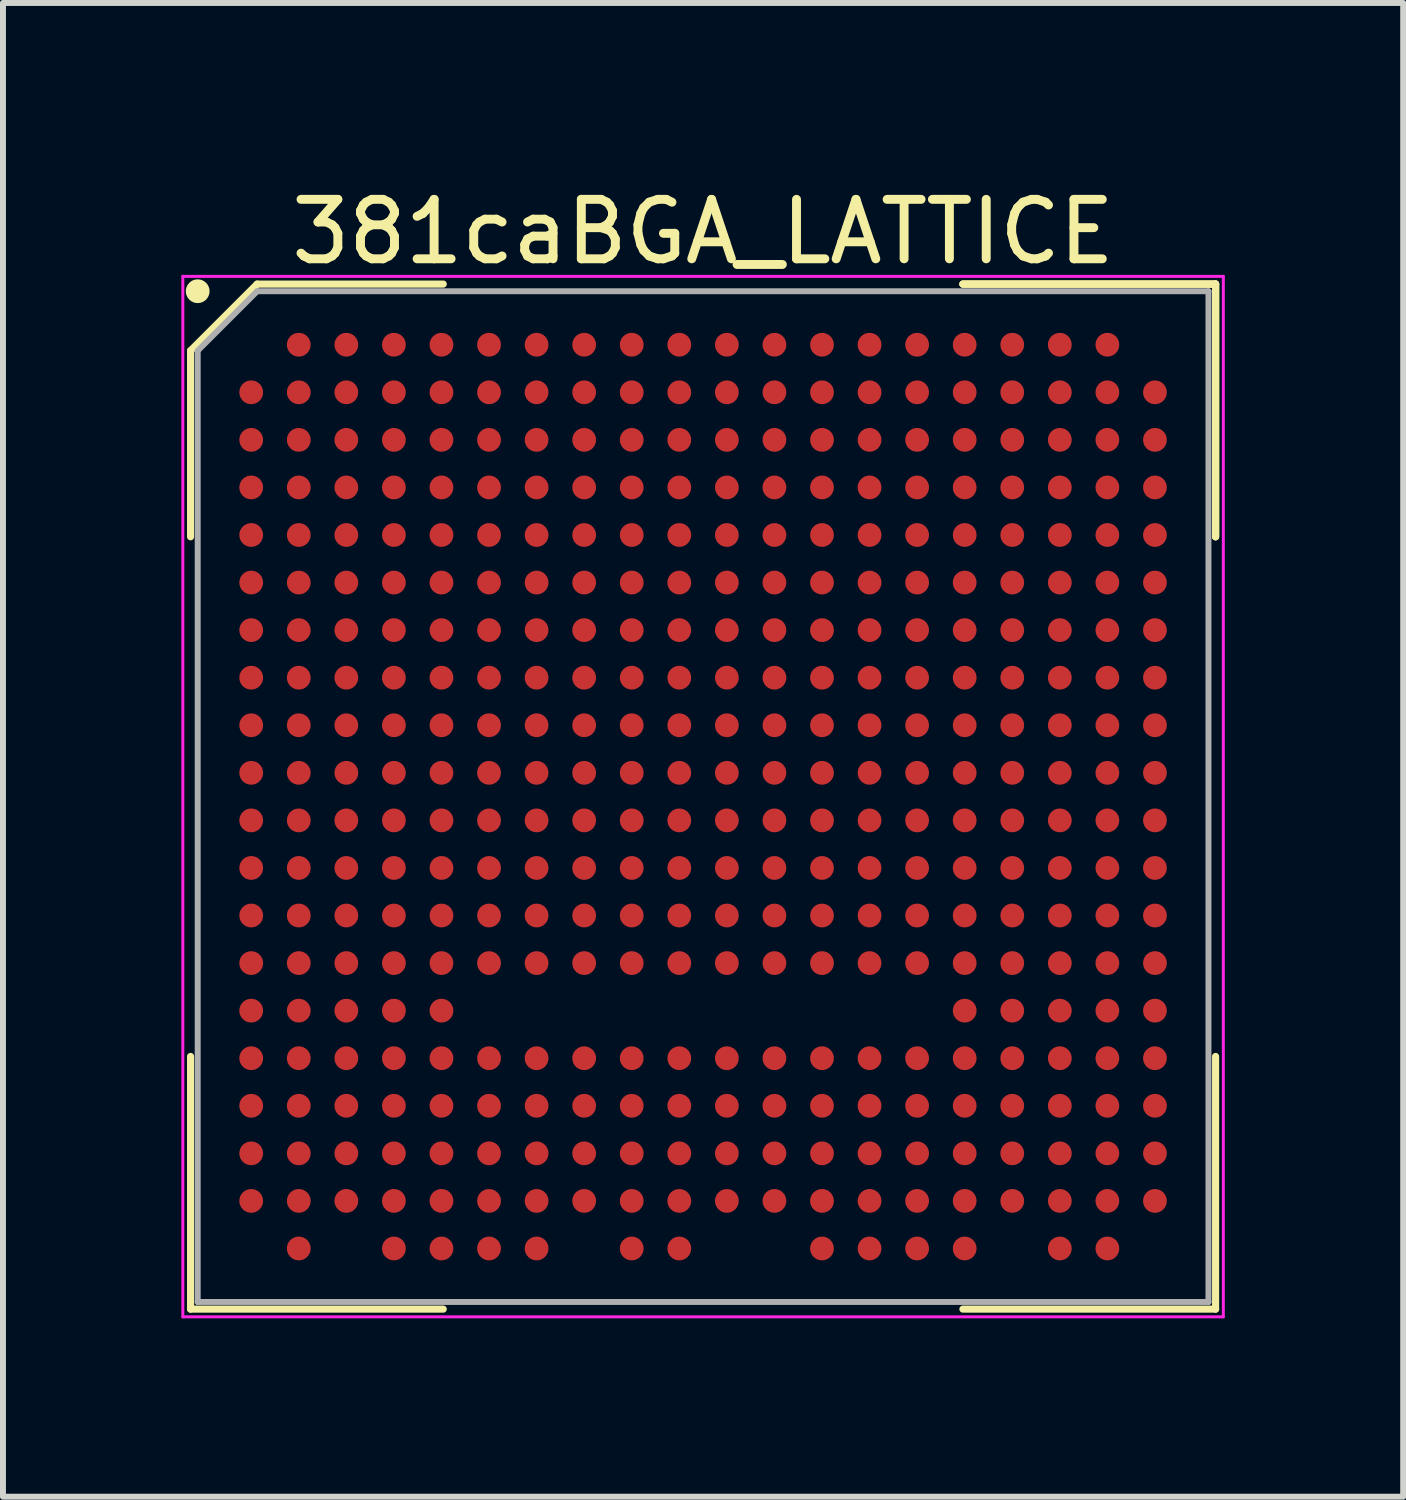
<source format=kicad_pcb>
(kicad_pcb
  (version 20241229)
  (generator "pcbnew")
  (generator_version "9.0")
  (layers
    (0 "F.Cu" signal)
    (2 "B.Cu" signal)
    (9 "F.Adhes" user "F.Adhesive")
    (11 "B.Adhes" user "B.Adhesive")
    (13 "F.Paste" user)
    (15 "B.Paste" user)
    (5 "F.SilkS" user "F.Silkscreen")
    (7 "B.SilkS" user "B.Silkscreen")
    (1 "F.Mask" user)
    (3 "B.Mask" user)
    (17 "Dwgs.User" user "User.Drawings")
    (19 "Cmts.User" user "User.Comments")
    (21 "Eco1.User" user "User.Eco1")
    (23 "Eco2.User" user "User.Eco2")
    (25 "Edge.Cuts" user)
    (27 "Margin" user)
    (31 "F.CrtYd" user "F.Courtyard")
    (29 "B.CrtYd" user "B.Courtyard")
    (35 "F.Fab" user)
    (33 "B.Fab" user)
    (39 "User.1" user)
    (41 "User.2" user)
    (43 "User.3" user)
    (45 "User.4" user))
  (footprint "381caBGA_LATTICE"
    (layer "F.Cu")
    (at 8.775 10.348)
    (property "Reference" "381caBGA_LATTICE" (at 0 -9.5 0) (layer "F.SilkS") (effects (font (size 1 1) (thickness 0.15))))
    (attr smd)
    (fp_line (start -8.62 -7.5) (end -8.62 -4.37) (stroke (width 0.12) (type solid)) (layer "F.SilkS"))
    (fp_line (start -8.62 8.62) (end -8.62 4.37) (stroke (width 0.12) (type solid)) (layer "F.SilkS"))
    (fp_line (start -7.5 -8.62) (end -8.62 -7.5) (stroke (width 0.12) (type solid)) (layer "F.SilkS"))
    (fp_line (start -4.37 -8.62) (end -7.5 -8.62) (stroke (width 0.12) (type solid)) (layer "F.SilkS"))
    (fp_line (start -4.37 8.62) (end -8.62 8.62) (stroke (width 0.12) (type solid)) (layer "F.SilkS"))
    (fp_line (start 4.37 -8.62) (end 8.62 -8.62) (stroke (width 0.12) (type solid)) (layer "F.SilkS"))
    (fp_line (start 4.37 -8.62) (end 8.62 -8.62) (stroke (width 0.12) (type solid)) (layer "F.SilkS"))
    (fp_line (start 4.37 -8.62) (end 8.62 -8.62) (stroke (width 0.12) (type solid)) (layer "F.SilkS"))
    (fp_line (start 4.37 8.62) (end 8.62 8.62) (stroke (width 0.12) (type solid)) (layer "F.SilkS"))
    (fp_line (start 8.62 -8.62) (end 8.62 -4.37) (stroke (width 0.12) (type solid)) (layer "F.SilkS"))
    (fp_line (start 8.62 -8.62) (end 8.62 -4.37) (stroke (width 0.12) (type solid)) (layer "F.SilkS"))
    (fp_line (start 8.62 -8.62) (end 8.62 -4.37) (stroke (width 0.12) (type solid)) (layer "F.SilkS"))
    (fp_line (start 8.62 8.62) (end 8.62 4.37) (stroke (width 0.12) (type solid)) (layer "F.SilkS"))
    (fp_circle (center -8.5 -8.5) (end -8.5 -8.4) (stroke (width 0.2) (type solid)) (fill no) (layer "F.SilkS"))
    (fp_line (start -8.75 -8.75) (end 8.75 -8.75) (stroke (width 0.05) (type solid)) (layer "F.CrtYd"))
    (fp_line (start -8.75 8.75) (end -8.75 -8.75) (stroke (width 0.05) (type solid)) (layer "F.CrtYd"))
    (fp_line (start 8.75 -8.75) (end 8.75 8.75) (stroke (width 0.05) (type solid)) (layer "F.CrtYd"))
    (fp_line (start 8.75 8.75) (end -8.75 8.75) (stroke (width 0.05) (type solid)) (layer "F.CrtYd"))
    (fp_line (start -8.5 -7.5) (end -8.5 8.5) (stroke (width 0.1) (type solid)) (layer "F.Fab"))
    (fp_line (start -8.5 8.5) (end 8.5 8.5) (stroke (width 0.1) (type solid)) (layer "F.Fab"))
    (fp_line (start -7.5 -8.5) (end -8.5 -7.5) (stroke (width 0.1) (type solid)) (layer "F.Fab"))
    (fp_line (start 8.5 -8.5) (end -7.5 -8.5) (stroke (width 0.1) (type solid)) (layer "F.Fab"))
    (fp_line (start 8.5 8.5) (end 8.5 -8.5) (stroke (width 0.1) (type solid)) (layer "F.Fab"))
    (pad "A2" smd circle (at -6.8 -7.6) (size 0.4 0.4) (layers "F.Cu" "F.Mask" "F.Paste"))
    (pad "A3" smd circle (at -6 -7.6) (size 0.4 0.4) (layers "F.Cu" "F.Mask" "F.Paste"))
    (pad "A4" smd circle (at -5.2 -7.6) (size 0.4 0.4) (layers "F.Cu" "F.Mask" "F.Paste"))
    (pad "A5" smd circle (at -4.4 -7.6) (size 0.4 0.4) (layers "F.Cu" "F.Mask" "F.Paste"))
    (pad "A6" smd circle (at -3.6 -7.6) (size 0.4 0.4) (layers "F.Cu" "F.Mask" "F.Paste"))
    (pad "A7" smd circle (at -2.8 -7.6) (size 0.4 0.4) (layers "F.Cu" "F.Mask" "F.Paste"))
    (pad "A8" smd circle (at -2 -7.6) (size 0.4 0.4) (layers "F.Cu" "F.Mask" "F.Paste"))
    (pad "A9" smd circle (at -1.2 -7.6) (size 0.4 0.4) (layers "F.Cu" "F.Mask" "F.Paste"))
    (pad "A10" smd circle (at -0.4 -7.6) (size 0.4 0.4) (layers "F.Cu" "F.Mask" "F.Paste"))
    (pad "A11" smd circle (at 0.4 -7.6) (size 0.4 0.4) (layers "F.Cu" "F.Mask" "F.Paste"))
    (pad "A12" smd circle (at 1.2 -7.6) (size 0.4 0.4) (layers "F.Cu" "F.Mask" "F.Paste"))
    (pad "A13" smd circle (at 2 -7.6) (size 0.4 0.4) (layers "F.Cu" "F.Mask" "F.Paste"))
    (pad "A14" smd circle (at 2.8 -7.6) (size 0.4 0.4) (layers "F.Cu" "F.Mask" "F.Paste"))
    (pad "A15" smd circle (at 3.6 -7.6) (size 0.4 0.4) (layers "F.Cu" "F.Mask" "F.Paste"))
    (pad "A16" smd circle (at 4.4 -7.6) (size 0.4 0.4) (layers "F.Cu" "F.Mask" "F.Paste"))
    (pad "A17" smd circle (at 5.2 -7.6) (size 0.4 0.4) (layers "F.Cu" "F.Mask" "F.Paste"))
    (pad "A18" smd circle (at 6 -7.6) (size 0.4 0.4) (layers "F.Cu" "F.Mask" "F.Paste"))
    (pad "A19" smd circle (at 6.8 -7.6) (size 0.4 0.4) (layers "F.Cu" "F.Mask" "F.Paste"))
    (pad "B1" smd circle (at -7.6 -6.8) (size 0.4 0.4) (layers "F.Cu" "F.Mask" "F.Paste"))
    (pad "B2" smd circle (at -6.8 -6.8) (size 0.4 0.4) (layers "F.Cu" "F.Mask" "F.Paste"))
    (pad "B3" smd circle (at -6 -6.8) (size 0.4 0.4) (layers "F.Cu" "F.Mask" "F.Paste"))
    (pad "B4" smd circle (at -5.2 -6.8) (size 0.4 0.4) (layers "F.Cu" "F.Mask" "F.Paste"))
    (pad "B5" smd circle (at -4.4 -6.8) (size 0.4 0.4) (layers "F.Cu" "F.Mask" "F.Paste"))
    (pad "B6" smd circle (at -3.6 -6.8) (size 0.4 0.4) (layers "F.Cu" "F.Mask" "F.Paste"))
    (pad "B7" smd circle (at -2.8 -6.8) (size 0.4 0.4) (layers "F.Cu" "F.Mask" "F.Paste"))
    (pad "B8" smd circle (at -2 -6.8) (size 0.4 0.4) (layers "F.Cu" "F.Mask" "F.Paste"))
    (pad "B9" smd circle (at -1.2 -6.8) (size 0.4 0.4) (layers "F.Cu" "F.Mask" "F.Paste"))
    (pad "B10" smd circle (at -0.4 -6.8) (size 0.4 0.4) (layers "F.Cu" "F.Mask" "F.Paste"))
    (pad "B11" smd circle (at 0.4 -6.8) (size 0.4 0.4) (layers "F.Cu" "F.Mask" "F.Paste"))
    (pad "B12" smd circle (at 1.2 -6.8) (size 0.4 0.4) (layers "F.Cu" "F.Mask" "F.Paste"))
    (pad "B13" smd circle (at 2 -6.8) (size 0.4 0.4) (layers "F.Cu" "F.Mask" "F.Paste"))
    (pad "B14" smd circle (at 2.8 -6.8) (size 0.4 0.4) (layers "F.Cu" "F.Mask" "F.Paste"))
    (pad "B15" smd circle (at 3.6 -6.8) (size 0.4 0.4) (layers "F.Cu" "F.Mask" "F.Paste"))
    (pad "B16" smd circle (at 4.4 -6.8) (size 0.4 0.4) (layers "F.Cu" "F.Mask" "F.Paste"))
    (pad "B17" smd circle (at 5.2 -6.8) (size 0.4 0.4) (layers "F.Cu" "F.Mask" "F.Paste"))
    (pad "B18" smd circle (at 6 -6.8) (size 0.4 0.4) (layers "F.Cu" "F.Mask" "F.Paste"))
    (pad "B19" smd circle (at 6.8 -6.8) (size 0.4 0.4) (layers "F.Cu" "F.Mask" "F.Paste"))
    (pad "B20" smd circle (at 7.6 -6.8) (size 0.4 0.4) (layers "F.Cu" "F.Mask" "F.Paste"))
    (pad "C1" smd circle (at -7.6 -6) (size 0.4 0.4) (layers "F.Cu" "F.Mask" "F.Paste"))
    (pad "C2" smd circle (at -6.8 -6) (size 0.4 0.4) (layers "F.Cu" "F.Mask" "F.Paste"))
    (pad "C3" smd circle (at -6 -6) (size 0.4 0.4) (layers "F.Cu" "F.Mask" "F.Paste"))
    (pad "C4" smd circle (at -5.2 -6) (size 0.4 0.4) (layers "F.Cu" "F.Mask" "F.Paste"))
    (pad "C5" smd circle (at -4.4 -6) (size 0.4 0.4) (layers "F.Cu" "F.Mask" "F.Paste"))
    (pad "C6" smd circle (at -3.6 -6) (size 0.4 0.4) (layers "F.Cu" "F.Mask" "F.Paste"))
    (pad "C7" smd circle (at -2.8 -6) (size 0.4 0.4) (layers "F.Cu" "F.Mask" "F.Paste"))
    (pad "C8" smd circle (at -2 -6) (size 0.4 0.4) (layers "F.Cu" "F.Mask" "F.Paste"))
    (pad "C9" smd circle (at -1.2 -6) (size 0.4 0.4) (layers "F.Cu" "F.Mask" "F.Paste"))
    (pad "C10" smd circle (at -0.4 -6) (size 0.4 0.4) (layers "F.Cu" "F.Mask" "F.Paste"))
    (pad "C11" smd circle (at 0.4 -6) (size 0.4 0.4) (layers "F.Cu" "F.Mask" "F.Paste"))
    (pad "C12" smd circle (at 1.2 -6) (size 0.4 0.4) (layers "F.Cu" "F.Mask" "F.Paste"))
    (pad "C13" smd circle (at 2 -6) (size 0.4 0.4) (layers "F.Cu" "F.Mask" "F.Paste"))
    (pad "C14" smd circle (at 2.8 -6) (size 0.4 0.4) (layers "F.Cu" "F.Mask" "F.Paste"))
    (pad "C15" smd circle (at 3.6 -6) (size 0.4 0.4) (layers "F.Cu" "F.Mask" "F.Paste"))
    (pad "C16" smd circle (at 4.4 -6) (size 0.4 0.4) (layers "F.Cu" "F.Mask" "F.Paste"))
    (pad "C17" smd circle (at 5.2 -6) (size 0.4 0.4) (layers "F.Cu" "F.Mask" "F.Paste"))
    (pad "C18" smd circle (at 6 -6) (size 0.4 0.4) (layers "F.Cu" "F.Mask" "F.Paste"))
    (pad "C19" smd circle (at 6.8 -6) (size 0.4 0.4) (layers "F.Cu" "F.Mask" "F.Paste"))
    (pad "C20" smd circle (at 7.6 -6) (size 0.4 0.4) (layers "F.Cu" "F.Mask" "F.Paste"))
    (pad "D1" smd circle (at -7.6 -5.2) (size 0.4 0.4) (layers "F.Cu" "F.Mask" "F.Paste"))
    (pad "D2" smd circle (at -6.8 -5.2) (size 0.4 0.4) (layers "F.Cu" "F.Mask" "F.Paste"))
    (pad "D3" smd circle (at -6 -5.2) (size 0.4 0.4) (layers "F.Cu" "F.Mask" "F.Paste"))
    (pad "D4" smd circle (at -5.2 -5.2) (size 0.4 0.4) (layers "F.Cu" "F.Mask" "F.Paste"))
    (pad "D5" smd circle (at -4.4 -5.2) (size 0.4 0.4) (layers "F.Cu" "F.Mask" "F.Paste"))
    (pad "D6" smd circle (at -3.6 -5.2) (size 0.4 0.4) (layers "F.Cu" "F.Mask" "F.Paste"))
    (pad "D7" smd circle (at -2.8 -5.2) (size 0.4 0.4) (layers "F.Cu" "F.Mask" "F.Paste"))
    (pad "D8" smd circle (at -2 -5.2) (size 0.4 0.4) (layers "F.Cu" "F.Mask" "F.Paste"))
    (pad "D9" smd circle (at -1.2 -5.2) (size 0.4 0.4) (layers "F.Cu" "F.Mask" "F.Paste"))
    (pad "D10" smd circle (at -0.4 -5.2) (size 0.4 0.4) (layers "F.Cu" "F.Mask" "F.Paste"))
    (pad "D11" smd circle (at 0.4 -5.2) (size 0.4 0.4) (layers "F.Cu" "F.Mask" "F.Paste"))
    (pad "D12" smd circle (at 1.2 -5.2) (size 0.4 0.4) (layers "F.Cu" "F.Mask" "F.Paste"))
    (pad "D13" smd circle (at 2 -5.2) (size 0.4 0.4) (layers "F.Cu" "F.Mask" "F.Paste"))
    (pad "D14" smd circle (at 2.8 -5.2) (size 0.4 0.4) (layers "F.Cu" "F.Mask" "F.Paste"))
    (pad "D15" smd circle (at 3.6 -5.2) (size 0.4 0.4) (layers "F.Cu" "F.Mask" "F.Paste"))
    (pad "D16" smd circle (at 4.4 -5.2) (size 0.4 0.4) (layers "F.Cu" "F.Mask" "F.Paste"))
    (pad "D17" smd circle (at 5.2 -5.2) (size 0.4 0.4) (layers "F.Cu" "F.Mask" "F.Paste"))
    (pad "D18" smd circle (at 6 -5.2) (size 0.4 0.4) (layers "F.Cu" "F.Mask" "F.Paste"))
    (pad "D19" smd circle (at 6.8 -5.2) (size 0.4 0.4) (layers "F.Cu" "F.Mask" "F.Paste"))
    (pad "D20" smd circle (at 7.6 -5.2) (size 0.4 0.4) (layers "F.Cu" "F.Mask" "F.Paste"))
    (pad "E1" smd circle (at -7.6 -4.4) (size 0.4 0.4) (layers "F.Cu" "F.Mask" "F.Paste"))
    (pad "E2" smd circle (at -6.8 -4.4) (size 0.4 0.4) (layers "F.Cu" "F.Mask" "F.Paste"))
    (pad "E3" smd circle (at -6 -4.4) (size 0.4 0.4) (layers "F.Cu" "F.Mask" "F.Paste"))
    (pad "E4" smd circle (at -5.2 -4.4) (size 0.4 0.4) (layers "F.Cu" "F.Mask" "F.Paste"))
    (pad "E5" smd circle (at -4.4 -4.4) (size 0.4 0.4) (layers "F.Cu" "F.Mask" "F.Paste"))
    (pad "E6" smd circle (at -3.6 -4.4) (size 0.4 0.4) (layers "F.Cu" "F.Mask" "F.Paste"))
    (pad "E7" smd circle (at -2.8 -4.4) (size 0.4 0.4) (layers "F.Cu" "F.Mask" "F.Paste"))
    (pad "E8" smd circle (at -2 -4.4) (size 0.4 0.4) (layers "F.Cu" "F.Mask" "F.Paste"))
    (pad "E9" smd circle (at -1.2 -4.4) (size 0.4 0.4) (layers "F.Cu" "F.Mask" "F.Paste"))
    (pad "E10" smd circle (at -0.4 -4.4) (size 0.4 0.4) (layers "F.Cu" "F.Mask" "F.Paste"))
    (pad "E11" smd circle (at 0.4 -4.4) (size 0.4 0.4) (layers "F.Cu" "F.Mask" "F.Paste"))
    (pad "E12" smd circle (at 1.2 -4.4) (size 0.4 0.4) (layers "F.Cu" "F.Mask" "F.Paste"))
    (pad "E13" smd circle (at 2 -4.4) (size 0.4 0.4) (layers "F.Cu" "F.Mask" "F.Paste"))
    (pad "E14" smd circle (at 2.8 -4.4) (size 0.4 0.4) (layers "F.Cu" "F.Mask" "F.Paste"))
    (pad "E15" smd circle (at 3.6 -4.4) (size 0.4 0.4) (layers "F.Cu" "F.Mask" "F.Paste"))
    (pad "E16" smd circle (at 4.4 -4.4) (size 0.4 0.4) (layers "F.Cu" "F.Mask" "F.Paste"))
    (pad "E17" smd circle (at 5.2 -4.4) (size 0.4 0.4) (layers "F.Cu" "F.Mask" "F.Paste"))
    (pad "E18" smd circle (at 6 -4.4) (size 0.4 0.4) (layers "F.Cu" "F.Mask" "F.Paste"))
    (pad "E19" smd circle (at 6.8 -4.4) (size 0.4 0.4) (layers "F.Cu" "F.Mask" "F.Paste"))
    (pad "E20" smd circle (at 7.6 -4.4) (size 0.4 0.4) (layers "F.Cu" "F.Mask" "F.Paste"))
    (pad "F1" smd circle (at -7.6 -3.6) (size 0.4 0.4) (layers "F.Cu" "F.Mask" "F.Paste"))
    (pad "F2" smd circle (at -6.8 -3.6) (size 0.4 0.4) (layers "F.Cu" "F.Mask" "F.Paste"))
    (pad "F3" smd circle (at -6 -3.6) (size 0.4 0.4) (layers "F.Cu" "F.Mask" "F.Paste"))
    (pad "F4" smd circle (at -5.2 -3.6) (size 0.4 0.4) (layers "F.Cu" "F.Mask" "F.Paste"))
    (pad "F5" smd circle (at -4.4 -3.6) (size 0.4 0.4) (layers "F.Cu" "F.Mask" "F.Paste"))
    (pad "F6" smd circle (at -3.6 -3.6) (size 0.4 0.4) (layers "F.Cu" "F.Mask" "F.Paste"))
    (pad "F7" smd circle (at -2.8 -3.6) (size 0.4 0.4) (layers "F.Cu" "F.Mask" "F.Paste"))
    (pad "F8" smd circle (at -2 -3.6) (size 0.4 0.4) (layers "F.Cu" "F.Mask" "F.Paste"))
    (pad "F9" smd circle (at -1.2 -3.6) (size 0.4 0.4) (layers "F.Cu" "F.Mask" "F.Paste"))
    (pad "F10" smd circle (at -0.4 -3.6) (size 0.4 0.4) (layers "F.Cu" "F.Mask" "F.Paste"))
    (pad "F11" smd circle (at 0.4 -3.6) (size 0.4 0.4) (layers "F.Cu" "F.Mask" "F.Paste"))
    (pad "F12" smd circle (at 1.2 -3.6) (size 0.4 0.4) (layers "F.Cu" "F.Mask" "F.Paste"))
    (pad "F13" smd circle (at 2 -3.6) (size 0.4 0.4) (layers "F.Cu" "F.Mask" "F.Paste"))
    (pad "F14" smd circle (at 2.8 -3.6) (size 0.4 0.4) (layers "F.Cu" "F.Mask" "F.Paste"))
    (pad "F15" smd circle (at 3.6 -3.6) (size 0.4 0.4) (layers "F.Cu" "F.Mask" "F.Paste"))
    (pad "F16" smd circle (at 4.4 -3.6) (size 0.4 0.4) (layers "F.Cu" "F.Mask" "F.Paste"))
    (pad "F17" smd circle (at 5.2 -3.6) (size 0.4 0.4) (layers "F.Cu" "F.Mask" "F.Paste"))
    (pad "F18" smd circle (at 6 -3.6) (size 0.4 0.4) (layers "F.Cu" "F.Mask" "F.Paste"))
    (pad "F19" smd circle (at 6.8 -3.6) (size 0.4 0.4) (layers "F.Cu" "F.Mask" "F.Paste"))
    (pad "F20" smd circle (at 7.6 -3.6) (size 0.4 0.4) (layers "F.Cu" "F.Mask" "F.Paste"))
    (pad "G1" smd circle (at -7.6 -2.8) (size 0.4 0.4) (layers "F.Cu" "F.Mask" "F.Paste"))
    (pad "G2" smd circle (at -6.8 -2.8) (size 0.4 0.4) (layers "F.Cu" "F.Mask" "F.Paste"))
    (pad "G3" smd circle (at -6 -2.8) (size 0.4 0.4) (layers "F.Cu" "F.Mask" "F.Paste"))
    (pad "G4" smd circle (at -5.2 -2.8) (size 0.4 0.4) (layers "F.Cu" "F.Mask" "F.Paste"))
    (pad "G5" smd circle (at -4.4 -2.8) (size 0.4 0.4) (layers "F.Cu" "F.Mask" "F.Paste"))
    (pad "G6" smd circle (at -3.6 -2.8) (size 0.4 0.4) (layers "F.Cu" "F.Mask" "F.Paste"))
    (pad "G7" smd circle (at -2.8 -2.8) (size 0.4 0.4) (layers "F.Cu" "F.Mask" "F.Paste"))
    (pad "G8" smd circle (at -2 -2.8) (size 0.4 0.4) (layers "F.Cu" "F.Mask" "F.Paste"))
    (pad "G9" smd circle (at -1.2 -2.8) (size 0.4 0.4) (layers "F.Cu" "F.Mask" "F.Paste"))
    (pad "G10" smd circle (at -0.4 -2.8) (size 0.4 0.4) (layers "F.Cu" "F.Mask" "F.Paste"))
    (pad "G11" smd circle (at 0.4 -2.8) (size 0.4 0.4) (layers "F.Cu" "F.Mask" "F.Paste"))
    (pad "G12" smd circle (at 1.2 -2.8) (size 0.4 0.4) (layers "F.Cu" "F.Mask" "F.Paste"))
    (pad "G13" smd circle (at 2 -2.8) (size 0.4 0.4) (layers "F.Cu" "F.Mask" "F.Paste"))
    (pad "G14" smd circle (at 2.8 -2.8) (size 0.4 0.4) (layers "F.Cu" "F.Mask" "F.Paste"))
    (pad "G15" smd circle (at 3.6 -2.8) (size 0.4 0.4) (layers "F.Cu" "F.Mask" "F.Paste"))
    (pad "G16" smd circle (at 4.4 -2.8) (size 0.4 0.4) (layers "F.Cu" "F.Mask" "F.Paste"))
    (pad "G17" smd circle (at 5.2 -2.8) (size 0.4 0.4) (layers "F.Cu" "F.Mask" "F.Paste"))
    (pad "G18" smd circle (at 6 -2.8) (size 0.4 0.4) (layers "F.Cu" "F.Mask" "F.Paste"))
    (pad "G19" smd circle (at 6.8 -2.8) (size 0.4 0.4) (layers "F.Cu" "F.Mask" "F.Paste"))
    (pad "G20" smd circle (at 7.6 -2.8) (size 0.4 0.4) (layers "F.Cu" "F.Mask" "F.Paste"))
    (pad "H1" smd circle (at -7.6 -2) (size 0.4 0.4) (layers "F.Cu" "F.Mask" "F.Paste"))
    (pad "H2" smd circle (at -6.8 -2) (size 0.4 0.4) (layers "F.Cu" "F.Mask" "F.Paste"))
    (pad "H3" smd circle (at -6 -2) (size 0.4 0.4) (layers "F.Cu" "F.Mask" "F.Paste"))
    (pad "H4" smd circle (at -5.2 -2) (size 0.4 0.4) (layers "F.Cu" "F.Mask" "F.Paste"))
    (pad "H5" smd circle (at -4.4 -2) (size 0.4 0.4) (layers "F.Cu" "F.Mask" "F.Paste"))
    (pad "H6" smd circle (at -3.6 -2) (size 0.4 0.4) (layers "F.Cu" "F.Mask" "F.Paste"))
    (pad "H7" smd circle (at -2.8 -2) (size 0.4 0.4) (layers "F.Cu" "F.Mask" "F.Paste"))
    (pad "H8" smd circle (at -2 -2) (size 0.4 0.4) (layers "F.Cu" "F.Mask" "F.Paste"))
    (pad "H9" smd circle (at -1.2 -2) (size 0.4 0.4) (layers "F.Cu" "F.Mask" "F.Paste"))
    (pad "H10" smd circle (at -0.4 -2) (size 0.4 0.4) (layers "F.Cu" "F.Mask" "F.Paste"))
    (pad "H11" smd circle (at 0.4 -2) (size 0.4 0.4) (layers "F.Cu" "F.Mask" "F.Paste"))
    (pad "H12" smd circle (at 1.2 -2) (size 0.4 0.4) (layers "F.Cu" "F.Mask" "F.Paste"))
    (pad "H13" smd circle (at 2 -2) (size 0.4 0.4) (layers "F.Cu" "F.Mask" "F.Paste"))
    (pad "H14" smd circle (at 2.8 -2) (size 0.4 0.4) (layers "F.Cu" "F.Mask" "F.Paste"))
    (pad "H15" smd circle (at 3.6 -2) (size 0.4 0.4) (layers "F.Cu" "F.Mask" "F.Paste"))
    (pad "H16" smd circle (at 4.4 -2) (size 0.4 0.4) (layers "F.Cu" "F.Mask" "F.Paste"))
    (pad "H17" smd circle (at 5.2 -2) (size 0.4 0.4) (layers "F.Cu" "F.Mask" "F.Paste"))
    (pad "H18" smd circle (at 6 -2) (size 0.4 0.4) (layers "F.Cu" "F.Mask" "F.Paste"))
    (pad "H19" smd circle (at 6.8 -2) (size 0.4 0.4) (layers "F.Cu" "F.Mask" "F.Paste"))
    (pad "H20" smd circle (at 7.6 -2) (size 0.4 0.4) (layers "F.Cu" "F.Mask" "F.Paste"))
    (pad "J1" smd circle (at -7.6 -1.2) (size 0.4 0.4) (layers "F.Cu" "F.Mask" "F.Paste"))
    (pad "J2" smd circle (at -6.8 -1.2) (size 0.4 0.4) (layers "F.Cu" "F.Mask" "F.Paste"))
    (pad "J3" smd circle (at -6 -1.2) (size 0.4 0.4) (layers "F.Cu" "F.Mask" "F.Paste"))
    (pad "J4" smd circle (at -5.2 -1.2) (size 0.4 0.4) (layers "F.Cu" "F.Mask" "F.Paste"))
    (pad "J5" smd circle (at -4.4 -1.2) (size 0.4 0.4) (layers "F.Cu" "F.Mask" "F.Paste"))
    (pad "J6" smd circle (at -3.6 -1.2) (size 0.4 0.4) (layers "F.Cu" "F.Mask" "F.Paste"))
    (pad "J7" smd circle (at -2.8 -1.2) (size 0.4 0.4) (layers "F.Cu" "F.Mask" "F.Paste"))
    (pad "J8" smd circle (at -2 -1.2) (size 0.4 0.4) (layers "F.Cu" "F.Mask" "F.Paste"))
    (pad "J9" smd circle (at -1.2 -1.2) (size 0.4 0.4) (layers "F.Cu" "F.Mask" "F.Paste"))
    (pad "J10" smd circle (at -0.4 -1.2) (size 0.4 0.4) (layers "F.Cu" "F.Mask" "F.Paste"))
    (pad "J11" smd circle (at 0.4 -1.2) (size 0.4 0.4) (layers "F.Cu" "F.Mask" "F.Paste"))
    (pad "J12" smd circle (at 1.2 -1.2) (size 0.4 0.4) (layers "F.Cu" "F.Mask" "F.Paste"))
    (pad "J13" smd circle (at 2 -1.2) (size 0.4 0.4) (layers "F.Cu" "F.Mask" "F.Paste"))
    (pad "J14" smd circle (at 2.8 -1.2) (size 0.4 0.4) (layers "F.Cu" "F.Mask" "F.Paste"))
    (pad "J15" smd circle (at 3.6 -1.2) (size 0.4 0.4) (layers "F.Cu" "F.Mask" "F.Paste"))
    (pad "J16" smd circle (at 4.4 -1.2) (size 0.4 0.4) (layers "F.Cu" "F.Mask" "F.Paste"))
    (pad "J17" smd circle (at 5.2 -1.2) (size 0.4 0.4) (layers "F.Cu" "F.Mask" "F.Paste"))
    (pad "J18" smd circle (at 6 -1.2) (size 0.4 0.4) (layers "F.Cu" "F.Mask" "F.Paste"))
    (pad "J19" smd circle (at 6.8 -1.2) (size 0.4 0.4) (layers "F.Cu" "F.Mask" "F.Paste"))
    (pad "J20" smd circle (at 7.6 -1.2) (size 0.4 0.4) (layers "F.Cu" "F.Mask" "F.Paste"))
    (pad "K1" smd circle (at -7.6 -0.4) (size 0.4 0.4) (layers "F.Cu" "F.Mask" "F.Paste"))
    (pad "K2" smd circle (at -6.8 -0.4) (size 0.4 0.4) (layers "F.Cu" "F.Mask" "F.Paste"))
    (pad "K3" smd circle (at -6 -0.4) (size 0.4 0.4) (layers "F.Cu" "F.Mask" "F.Paste"))
    (pad "K4" smd circle (at -5.2 -0.4) (size 0.4 0.4) (layers "F.Cu" "F.Mask" "F.Paste"))
    (pad "K5" smd circle (at -4.4 -0.4) (size 0.4 0.4) (layers "F.Cu" "F.Mask" "F.Paste"))
    (pad "K6" smd circle (at -3.6 -0.4) (size 0.4 0.4) (layers "F.Cu" "F.Mask" "F.Paste"))
    (pad "K7" smd circle (at -2.8 -0.4) (size 0.4 0.4) (layers "F.Cu" "F.Mask" "F.Paste"))
    (pad "K8" smd circle (at -2 -0.4) (size 0.4 0.4) (layers "F.Cu" "F.Mask" "F.Paste"))
    (pad "K9" smd circle (at -1.2 -0.4) (size 0.4 0.4) (layers "F.Cu" "F.Mask" "F.Paste"))
    (pad "K10" smd circle (at -0.4 -0.4) (size 0.4 0.4) (layers "F.Cu" "F.Mask" "F.Paste"))
    (pad "K11" smd circle (at 0.4 -0.4) (size 0.4 0.4) (layers "F.Cu" "F.Mask" "F.Paste"))
    (pad "K12" smd circle (at 1.2 -0.4) (size 0.4 0.4) (layers "F.Cu" "F.Mask" "F.Paste"))
    (pad "K13" smd circle (at 2 -0.4) (size 0.4 0.4) (layers "F.Cu" "F.Mask" "F.Paste"))
    (pad "K14" smd circle (at 2.8 -0.4) (size 0.4 0.4) (layers "F.Cu" "F.Mask" "F.Paste"))
    (pad "K15" smd circle (at 3.6 -0.4) (size 0.4 0.4) (layers "F.Cu" "F.Mask" "F.Paste"))
    (pad "K16" smd circle (at 4.4 -0.4) (size 0.4 0.4) (layers "F.Cu" "F.Mask" "F.Paste"))
    (pad "K17" smd circle (at 5.2 -0.4) (size 0.4 0.4) (layers "F.Cu" "F.Mask" "F.Paste"))
    (pad "K18" smd circle (at 6 -0.4) (size 0.4 0.4) (layers "F.Cu" "F.Mask" "F.Paste"))
    (pad "K19" smd circle (at 6.8 -0.4) (size 0.4 0.4) (layers "F.Cu" "F.Mask" "F.Paste"))
    (pad "K20" smd circle (at 7.6 -0.4) (size 0.4 0.4) (layers "F.Cu" "F.Mask" "F.Paste"))
    (pad "L1" smd circle (at -7.6 0.4) (size 0.4 0.4) (layers "F.Cu" "F.Mask" "F.Paste"))
    (pad "L2" smd circle (at -6.8 0.4) (size 0.4 0.4) (layers "F.Cu" "F.Mask" "F.Paste"))
    (pad "L3" smd circle (at -6 0.4) (size 0.4 0.4) (layers "F.Cu" "F.Mask" "F.Paste"))
    (pad "L4" smd circle (at -5.2 0.4) (size 0.4 0.4) (layers "F.Cu" "F.Mask" "F.Paste"))
    (pad "L5" smd circle (at -4.4 0.4) (size 0.4 0.4) (layers "F.Cu" "F.Mask" "F.Paste"))
    (pad "L6" smd circle (at -3.6 0.4) (size 0.4 0.4) (layers "F.Cu" "F.Mask" "F.Paste"))
    (pad "L7" smd circle (at -2.8 0.4) (size 0.4 0.4) (layers "F.Cu" "F.Mask" "F.Paste"))
    (pad "L8" smd circle (at -2 0.4) (size 0.4 0.4) (layers "F.Cu" "F.Mask" "F.Paste"))
    (pad "L9" smd circle (at -1.2 0.4) (size 0.4 0.4) (layers "F.Cu" "F.Mask" "F.Paste"))
    (pad "L10" smd circle (at -0.4 0.4) (size 0.4 0.4) (layers "F.Cu" "F.Mask" "F.Paste"))
    (pad "L11" smd circle (at 0.4 0.4) (size 0.4 0.4) (layers "F.Cu" "F.Mask" "F.Paste"))
    (pad "L12" smd circle (at 1.2 0.4) (size 0.4 0.4) (layers "F.Cu" "F.Mask" "F.Paste"))
    (pad "L13" smd circle (at 2 0.4) (size 0.4 0.4) (layers "F.Cu" "F.Mask" "F.Paste"))
    (pad "L14" smd circle (at 2.8 0.4) (size 0.4 0.4) (layers "F.Cu" "F.Mask" "F.Paste"))
    (pad "L15" smd circle (at 3.6 0.4) (size 0.4 0.4) (layers "F.Cu" "F.Mask" "F.Paste"))
    (pad "L16" smd circle (at 4.4 0.4) (size 0.4 0.4) (layers "F.Cu" "F.Mask" "F.Paste"))
    (pad "L17" smd circle (at 5.2 0.4) (size 0.4 0.4) (layers "F.Cu" "F.Mask" "F.Paste"))
    (pad "L18" smd circle (at 6 0.4) (size 0.4 0.4) (layers "F.Cu" "F.Mask" "F.Paste"))
    (pad "L19" smd circle (at 6.8 0.4) (size 0.4 0.4) (layers "F.Cu" "F.Mask" "F.Paste"))
    (pad "L20" smd circle (at 7.6 0.4) (size 0.4 0.4) (layers "F.Cu" "F.Mask" "F.Paste"))
    (pad "M1" smd circle (at -7.6 1.2) (size 0.4 0.4) (layers "F.Cu" "F.Mask" "F.Paste"))
    (pad "M2" smd circle (at -6.8 1.2) (size 0.4 0.4) (layers "F.Cu" "F.Mask" "F.Paste"))
    (pad "M3" smd circle (at -6 1.2) (size 0.4 0.4) (layers "F.Cu" "F.Mask" "F.Paste"))
    (pad "M4" smd circle (at -5.2 1.2) (size 0.4 0.4) (layers "F.Cu" "F.Mask" "F.Paste"))
    (pad "M5" smd circle (at -4.4 1.2) (size 0.4 0.4) (layers "F.Cu" "F.Mask" "F.Paste"))
    (pad "M6" smd circle (at -3.6 1.2) (size 0.4 0.4) (layers "F.Cu" "F.Mask" "F.Paste"))
    (pad "M7" smd circle (at -2.8 1.2) (size 0.4 0.4) (layers "F.Cu" "F.Mask" "F.Paste"))
    (pad "M8" smd circle (at -2 1.2) (size 0.4 0.4) (layers "F.Cu" "F.Mask" "F.Paste"))
    (pad "M9" smd circle (at -1.2 1.2) (size 0.4 0.4) (layers "F.Cu" "F.Mask" "F.Paste"))
    (pad "M10" smd circle (at -0.4 1.2) (size 0.4 0.4) (layers "F.Cu" "F.Mask" "F.Paste"))
    (pad "M11" smd circle (at 0.4 1.2) (size 0.4 0.4) (layers "F.Cu" "F.Mask" "F.Paste"))
    (pad "M12" smd circle (at 1.2 1.2) (size 0.4 0.4) (layers "F.Cu" "F.Mask" "F.Paste"))
    (pad "M13" smd circle (at 2 1.2) (size 0.4 0.4) (layers "F.Cu" "F.Mask" "F.Paste"))
    (pad "M14" smd circle (at 2.8 1.2) (size 0.4 0.4) (layers "F.Cu" "F.Mask" "F.Paste"))
    (pad "M15" smd circle (at 3.6 1.2) (size 0.4 0.4) (layers "F.Cu" "F.Mask" "F.Paste"))
    (pad "M16" smd circle (at 4.4 1.2) (size 0.4 0.4) (layers "F.Cu" "F.Mask" "F.Paste"))
    (pad "M17" smd circle (at 5.2 1.2) (size 0.4 0.4) (layers "F.Cu" "F.Mask" "F.Paste"))
    (pad "M18" smd circle (at 6 1.2) (size 0.4 0.4) (layers "F.Cu" "F.Mask" "F.Paste"))
    (pad "M19" smd circle (at 6.8 1.2) (size 0.4 0.4) (layers "F.Cu" "F.Mask" "F.Paste"))
    (pad "M20" smd circle (at 7.6 1.2) (size 0.4 0.4) (layers "F.Cu" "F.Mask" "F.Paste"))
    (pad "N1" smd circle (at -7.6 2) (size 0.4 0.4) (layers "F.Cu" "F.Mask" "F.Paste"))
    (pad "N2" smd circle (at -6.8 2) (size 0.4 0.4) (layers "F.Cu" "F.Mask" "F.Paste"))
    (pad "N3" smd circle (at -6 2) (size 0.4 0.4) (layers "F.Cu" "F.Mask" "F.Paste"))
    (pad "N4" smd circle (at -5.2 2) (size 0.4 0.4) (layers "F.Cu" "F.Mask" "F.Paste"))
    (pad "N5" smd circle (at -4.4 2) (size 0.4 0.4) (layers "F.Cu" "F.Mask" "F.Paste"))
    (pad "N6" smd circle (at -3.6 2) (size 0.4 0.4) (layers "F.Cu" "F.Mask" "F.Paste"))
    (pad "N7" smd circle (at -2.8 2) (size 0.4 0.4) (layers "F.Cu" "F.Mask" "F.Paste"))
    (pad "N8" smd circle (at -2 2) (size 0.4 0.4) (layers "F.Cu" "F.Mask" "F.Paste"))
    (pad "N9" smd circle (at -1.2 2) (size 0.4 0.4) (layers "F.Cu" "F.Mask" "F.Paste"))
    (pad "N10" smd circle (at -0.4 2) (size 0.4 0.4) (layers "F.Cu" "F.Mask" "F.Paste"))
    (pad "N11" smd circle (at 0.4 2) (size 0.4 0.4) (layers "F.Cu" "F.Mask" "F.Paste"))
    (pad "N12" smd circle (at 1.2 2) (size 0.4 0.4) (layers "F.Cu" "F.Mask" "F.Paste"))
    (pad "N13" smd circle (at 2 2) (size 0.4 0.4) (layers "F.Cu" "F.Mask" "F.Paste"))
    (pad "N14" smd circle (at 2.8 2) (size 0.4 0.4) (layers "F.Cu" "F.Mask" "F.Paste"))
    (pad "N15" smd circle (at 3.6 2) (size 0.4 0.4) (layers "F.Cu" "F.Mask" "F.Paste"))
    (pad "N16" smd circle (at 4.4 2) (size 0.4 0.4) (layers "F.Cu" "F.Mask" "F.Paste"))
    (pad "N17" smd circle (at 5.2 2) (size 0.4 0.4) (layers "F.Cu" "F.Mask" "F.Paste"))
    (pad "N18" smd circle (at 6 2) (size 0.4 0.4) (layers "F.Cu" "F.Mask" "F.Paste"))
    (pad "N19" smd circle (at 6.8 2) (size 0.4 0.4) (layers "F.Cu" "F.Mask" "F.Paste"))
    (pad "N20" smd circle (at 7.6 2) (size 0.4 0.4) (layers "F.Cu" "F.Mask" "F.Paste"))
    (pad "P1" smd circle (at -7.6 2.8) (size 0.4 0.4) (layers "F.Cu" "F.Mask" "F.Paste"))
    (pad "P2" smd circle (at -6.8 2.8) (size 0.4 0.4) (layers "F.Cu" "F.Mask" "F.Paste"))
    (pad "P3" smd circle (at -6 2.8) (size 0.4 0.4) (layers "F.Cu" "F.Mask" "F.Paste"))
    (pad "P4" smd circle (at -5.2 2.8) (size 0.4 0.4) (layers "F.Cu" "F.Mask" "F.Paste"))
    (pad "P5" smd circle (at -4.4 2.8) (size 0.4 0.4) (layers "F.Cu" "F.Mask" "F.Paste"))
    (pad "P6" smd circle (at -3.6 2.8) (size 0.4 0.4) (layers "F.Cu" "F.Mask" "F.Paste"))
    (pad "P7" smd circle (at -2.8 2.8) (size 0.4 0.4) (layers "F.Cu" "F.Mask" "F.Paste"))
    (pad "P8" smd circle (at -2 2.8) (size 0.4 0.4) (layers "F.Cu" "F.Mask" "F.Paste"))
    (pad "P9" smd circle (at -1.2 2.8) (size 0.4 0.4) (layers "F.Cu" "F.Mask" "F.Paste"))
    (pad "P10" smd circle (at -0.4 2.8) (size 0.4 0.4) (layers "F.Cu" "F.Mask" "F.Paste"))
    (pad "P11" smd circle (at 0.4 2.8) (size 0.4 0.4) (layers "F.Cu" "F.Mask" "F.Paste"))
    (pad "P12" smd circle (at 1.2 2.8) (size 0.4 0.4) (layers "F.Cu" "F.Mask" "F.Paste"))
    (pad "P13" smd circle (at 2 2.8) (size 0.4 0.4) (layers "F.Cu" "F.Mask" "F.Paste"))
    (pad "P14" smd circle (at 2.8 2.8) (size 0.4 0.4) (layers "F.Cu" "F.Mask" "F.Paste"))
    (pad "P15" smd circle (at 3.6 2.8) (size 0.4 0.4) (layers "F.Cu" "F.Mask" "F.Paste"))
    (pad "P16" smd circle (at 4.4 2.8) (size 0.4 0.4) (layers "F.Cu" "F.Mask" "F.Paste"))
    (pad "P17" smd circle (at 5.2 2.8) (size 0.4 0.4) (layers "F.Cu" "F.Mask" "F.Paste"))
    (pad "P18" smd circle (at 6 2.8) (size 0.4 0.4) (layers "F.Cu" "F.Mask" "F.Paste"))
    (pad "P19" smd circle (at 6.8 2.8) (size 0.4 0.4) (layers "F.Cu" "F.Mask" "F.Paste"))
    (pad "P20" smd circle (at 7.6 2.8) (size 0.4 0.4) (layers "F.Cu" "F.Mask" "F.Paste"))
    (pad "R1" smd circle (at -7.6 3.6) (size 0.4 0.4) (layers "F.Cu" "F.Mask" "F.Paste"))
    (pad "R2" smd circle (at -6.8 3.6) (size 0.4 0.4) (layers "F.Cu" "F.Mask" "F.Paste"))
    (pad "R3" smd circle (at -6 3.6) (size 0.4 0.4) (layers "F.Cu" "F.Mask" "F.Paste"))
    (pad "R4" smd circle (at -5.2 3.6) (size 0.4 0.4) (layers "F.Cu" "F.Mask" "F.Paste"))
    (pad "R5" smd circle (at -4.4 3.6) (size 0.4 0.4) (layers "F.Cu" "F.Mask" "F.Paste"))
    (pad "R16" smd circle (at 4.4 3.6) (size 0.4 0.4) (layers "F.Cu" "F.Mask" "F.Paste"))
    (pad "R17" smd circle (at 5.2 3.6) (size 0.4 0.4) (layers "F.Cu" "F.Mask" "F.Paste"))
    (pad "R18" smd circle (at 6 3.6) (size 0.4 0.4) (layers "F.Cu" "F.Mask" "F.Paste"))
    (pad "R19" smd circle (at 6.8 3.6) (size 0.4 0.4) (layers "F.Cu" "F.Mask" "F.Paste"))
    (pad "R20" smd circle (at 7.6 3.6) (size 0.4 0.4) (layers "F.Cu" "F.Mask" "F.Paste"))
    (pad "T1" smd circle (at -7.6 4.4) (size 0.4 0.4) (layers "F.Cu" "F.Mask" "F.Paste"))
    (pad "T2" smd circle (at -6.8 4.4) (size 0.4 0.4) (layers "F.Cu" "F.Mask" "F.Paste"))
    (pad "T3" smd circle (at -6 4.4) (size 0.4 0.4) (layers "F.Cu" "F.Mask" "F.Paste"))
    (pad "T4" smd circle (at -5.2 4.4) (size 0.4 0.4) (layers "F.Cu" "F.Mask" "F.Paste"))
    (pad "T5" smd circle (at -4.4 4.4) (size 0.4 0.4) (layers "F.Cu" "F.Mask" "F.Paste"))
    (pad "T6" smd circle (at -3.6 4.4) (size 0.4 0.4) (layers "F.Cu" "F.Mask" "F.Paste"))
    (pad "T7" smd circle (at -2.8 4.4) (size 0.4 0.4) (layers "F.Cu" "F.Mask" "F.Paste"))
    (pad "T8" smd circle (at -2 4.4) (size 0.4 0.4) (layers "F.Cu" "F.Mask" "F.Paste"))
    (pad "T9" smd circle (at -1.2 4.4) (size 0.4 0.4) (layers "F.Cu" "F.Mask" "F.Paste"))
    (pad "T10" smd circle (at -0.4 4.4) (size 0.4 0.4) (layers "F.Cu" "F.Mask" "F.Paste"))
    (pad "T11" smd circle (at 0.4 4.4) (size 0.4 0.4) (layers "F.Cu" "F.Mask" "F.Paste"))
    (pad "T12" smd circle (at 1.2 4.4) (size 0.4 0.4) (layers "F.Cu" "F.Mask" "F.Paste"))
    (pad "T13" smd circle (at 2 4.4) (size 0.4 0.4) (layers "F.Cu" "F.Mask" "F.Paste"))
    (pad "T14" smd circle (at 2.8 4.4) (size 0.4 0.4) (layers "F.Cu" "F.Mask" "F.Paste"))
    (pad "T15" smd circle (at 3.6 4.4) (size 0.4 0.4) (layers "F.Cu" "F.Mask" "F.Paste"))
    (pad "T16" smd circle (at 4.4 4.4) (size 0.4 0.4) (layers "F.Cu" "F.Mask" "F.Paste"))
    (pad "T17" smd circle (at 5.2 4.4) (size 0.4 0.4) (layers "F.Cu" "F.Mask" "F.Paste"))
    (pad "T18" smd circle (at 6 4.4) (size 0.4 0.4) (layers "F.Cu" "F.Mask" "F.Paste"))
    (pad "T19" smd circle (at 6.8 4.4) (size 0.4 0.4) (layers "F.Cu" "F.Mask" "F.Paste"))
    (pad "T20" smd circle (at 7.6 4.4) (size 0.4 0.4) (layers "F.Cu" "F.Mask" "F.Paste"))
    (pad "U1" smd circle (at -7.6 5.2) (size 0.4 0.4) (layers "F.Cu" "F.Mask" "F.Paste"))
    (pad "U2" smd circle (at -6.8 5.2) (size 0.4 0.4) (layers "F.Cu" "F.Mask" "F.Paste"))
    (pad "U3" smd circle (at -6 5.2) (size 0.4 0.4) (layers "F.Cu" "F.Mask" "F.Paste"))
    (pad "U4" smd circle (at -5.2 5.2) (size 0.4 0.4) (layers "F.Cu" "F.Mask" "F.Paste"))
    (pad "U5" smd circle (at -4.4 5.2) (size 0.4 0.4) (layers "F.Cu" "F.Mask" "F.Paste"))
    (pad "U6" smd circle (at -3.6 5.2) (size 0.4 0.4) (layers "F.Cu" "F.Mask" "F.Paste"))
    (pad "U7" smd circle (at -2.8 5.2) (size 0.4 0.4) (layers "F.Cu" "F.Mask" "F.Paste"))
    (pad "U8" smd circle (at -2 5.2) (size 0.4 0.4) (layers "F.Cu" "F.Mask" "F.Paste"))
    (pad "U9" smd circle (at -1.2 5.2) (size 0.4 0.4) (layers "F.Cu" "F.Mask" "F.Paste"))
    (pad "U10" smd circle (at -0.4 5.2) (size 0.4 0.4) (layers "F.Cu" "F.Mask" "F.Paste"))
    (pad "U11" smd circle (at 0.4 5.2) (size 0.4 0.4) (layers "F.Cu" "F.Mask" "F.Paste"))
    (pad "U12" smd circle (at 1.2 5.2) (size 0.4 0.4) (layers "F.Cu" "F.Mask" "F.Paste"))
    (pad "U13" smd circle (at 2 5.2) (size 0.4 0.4) (layers "F.Cu" "F.Mask" "F.Paste"))
    (pad "U14" smd circle (at 2.8 5.2) (size 0.4 0.4) (layers "F.Cu" "F.Mask" "F.Paste"))
    (pad "U15" smd circle (at 3.6 5.2) (size 0.4 0.4) (layers "F.Cu" "F.Mask" "F.Paste"))
    (pad "U16" smd circle (at 4.4 5.2) (size 0.4 0.4) (layers "F.Cu" "F.Mask" "F.Paste"))
    (pad "U17" smd circle (at 5.2 5.2) (size 0.4 0.4) (layers "F.Cu" "F.Mask" "F.Paste"))
    (pad "U18" smd circle (at 6 5.2) (size 0.4 0.4) (layers "F.Cu" "F.Mask" "F.Paste"))
    (pad "U19" smd circle (at 6.8 5.2) (size 0.4 0.4) (layers "F.Cu" "F.Mask" "F.Paste"))
    (pad "U20" smd circle (at 7.6 5.2) (size 0.4 0.4) (layers "F.Cu" "F.Mask" "F.Paste"))
    (pad "V1" smd circle (at -7.6 6) (size 0.4 0.4) (layers "F.Cu" "F.Mask" "F.Paste"))
    (pad "V2" smd circle (at -6.8 6) (size 0.4 0.4) (layers "F.Cu" "F.Mask" "F.Paste"))
    (pad "V3" smd circle (at -6 6) (size 0.4 0.4) (layers "F.Cu" "F.Mask" "F.Paste"))
    (pad "V4" smd circle (at -5.2 6) (size 0.4 0.4) (layers "F.Cu" "F.Mask" "F.Paste"))
    (pad "V5" smd circle (at -4.4 6) (size 0.4 0.4) (layers "F.Cu" "F.Mask" "F.Paste"))
    (pad "V6" smd circle (at -3.6 6) (size 0.4 0.4) (layers "F.Cu" "F.Mask" "F.Paste"))
    (pad "V7" smd circle (at -2.8 6) (size 0.4 0.4) (layers "F.Cu" "F.Mask" "F.Paste"))
    (pad "V8" smd circle (at -2 6) (size 0.4 0.4) (layers "F.Cu" "F.Mask" "F.Paste"))
    (pad "V9" smd circle (at -1.2 6) (size 0.4 0.4) (layers "F.Cu" "F.Mask" "F.Paste"))
    (pad "V10" smd circle (at -0.4 6) (size 0.4 0.4) (layers "F.Cu" "F.Mask" "F.Paste"))
    (pad "V11" smd circle (at 0.4 6) (size 0.4 0.4) (layers "F.Cu" "F.Mask" "F.Paste"))
    (pad "V12" smd circle (at 1.2 6) (size 0.4 0.4) (layers "F.Cu" "F.Mask" "F.Paste"))
    (pad "V13" smd circle (at 2 6) (size 0.4 0.4) (layers "F.Cu" "F.Mask" "F.Paste"))
    (pad "V14" smd circle (at 2.8 6) (size 0.4 0.4) (layers "F.Cu" "F.Mask" "F.Paste"))
    (pad "V15" smd circle (at 3.6 6) (size 0.4 0.4) (layers "F.Cu" "F.Mask" "F.Paste"))
    (pad "V16" smd circle (at 4.4 6) (size 0.4 0.4) (layers "F.Cu" "F.Mask" "F.Paste"))
    (pad "V17" smd circle (at 5.2 6) (size 0.4 0.4) (layers "F.Cu" "F.Mask" "F.Paste"))
    (pad "V18" smd circle (at 6 6) (size 0.4 0.4) (layers "F.Cu" "F.Mask" "F.Paste"))
    (pad "V19" smd circle (at 6.8 6) (size 0.4 0.4) (layers "F.Cu" "F.Mask" "F.Paste"))
    (pad "V20" smd circle (at 7.6 6) (size 0.4 0.4) (layers "F.Cu" "F.Mask" "F.Paste"))
    (pad "W1" smd circle (at -7.6 6.8) (size 0.4 0.4) (layers "F.Cu" "F.Mask" "F.Paste"))
    (pad "W2" smd circle (at -6.8 6.8) (size 0.4 0.4) (layers "F.Cu" "F.Mask" "F.Paste"))
    (pad "W3" smd circle (at -6 6.8) (size 0.4 0.4) (layers "F.Cu" "F.Mask" "F.Paste"))
    (pad "W4" smd circle (at -5.2 6.8) (size 0.4 0.4) (layers "F.Cu" "F.Mask" "F.Paste"))
    (pad "W5" smd circle (at -4.4 6.8) (size 0.4 0.4) (layers "F.Cu" "F.Mask" "F.Paste"))
    (pad "W6" smd circle (at -3.6 6.8) (size 0.4 0.4) (layers "F.Cu" "F.Mask" "F.Paste"))
    (pad "W7" smd circle (at -2.8 6.8) (size 0.4 0.4) (layers "F.Cu" "F.Mask" "F.Paste"))
    (pad "W8" smd circle (at -2 6.8) (size 0.4 0.4) (layers "F.Cu" "F.Mask" "F.Paste"))
    (pad "W9" smd circle (at -1.2 6.8) (size 0.4 0.4) (layers "F.Cu" "F.Mask" "F.Paste"))
    (pad "W10" smd circle (at -0.4 6.8) (size 0.4 0.4) (layers "F.Cu" "F.Mask" "F.Paste"))
    (pad "W11" smd circle (at 0.4 6.8) (size 0.4 0.4) (layers "F.Cu" "F.Mask" "F.Paste"))
    (pad "W12" smd circle (at 1.2 6.8) (size 0.4 0.4) (layers "F.Cu" "F.Mask" "F.Paste"))
    (pad "W13" smd circle (at 2 6.8) (size 0.4 0.4) (layers "F.Cu" "F.Mask" "F.Paste"))
    (pad "W14" smd circle (at 2.8 6.8) (size 0.4 0.4) (layers "F.Cu" "F.Mask" "F.Paste"))
    (pad "W15" smd circle (at 3.6 6.8) (size 0.4 0.4) (layers "F.Cu" "F.Mask" "F.Paste"))
    (pad "W16" smd circle (at 4.4 6.8) (size 0.4 0.4) (layers "F.Cu" "F.Mask" "F.Paste"))
    (pad "W17" smd circle (at 5.2 6.8) (size 0.4 0.4) (layers "F.Cu" "F.Mask" "F.Paste"))
    (pad "W18" smd circle (at 6 6.8) (size 0.4 0.4) (layers "F.Cu" "F.Mask" "F.Paste"))
    (pad "W19" smd circle (at 6.8 6.8) (size 0.4 0.4) (layers "F.Cu" "F.Mask" "F.Paste"))
    (pad "W20" smd circle (at 7.6 6.8) (size 0.4 0.4) (layers "F.Cu" "F.Mask" "F.Paste"))
    (pad "Y2" smd circle (at -6.8 7.6) (size 0.4 0.4) (layers "F.Cu" "F.Mask" "F.Paste"))
    (pad "Y4" smd circle (at -5.2 7.6) (size 0.4 0.4) (layers "F.Cu" "F.Mask" "F.Paste"))
    (pad "Y5" smd circle (at -4.4 7.6) (size 0.4 0.4) (layers "F.Cu" "F.Mask" "F.Paste"))
    (pad "Y6" smd circle (at -3.6 7.6) (size 0.4 0.4) (layers "F.Cu" "F.Mask" "F.Paste"))
    (pad "Y7" smd circle (at -2.8 7.6) (size 0.4 0.4) (layers "F.Cu" "F.Mask" "F.Paste"))
    (pad "Y9" smd circle (at -1.2 7.6) (size 0.4 0.4) (layers "F.Cu" "F.Mask" "F.Paste"))
    (pad "Y10" smd circle (at -0.4 7.6) (size 0.4 0.4) (layers "F.Cu" "F.Mask" "F.Paste"))
    (pad "Y13" smd circle (at 2 7.6) (size 0.4 0.4) (layers "F.Cu" "F.Mask" "F.Paste"))
    (pad "Y14" smd circle (at 2.8 7.6) (size 0.4 0.4) (layers "F.Cu" "F.Mask" "F.Paste"))
    (pad "Y15" smd circle (at 3.6 7.6) (size 0.4 0.4) (layers "F.Cu" "F.Mask" "F.Paste"))
    (pad "Y16" smd circle (at 4.4 7.6) (size 0.4 0.4) (layers "F.Cu" "F.Mask" "F.Paste"))
    (pad "Y18" smd circle (at 6 7.6) (size 0.4 0.4) (layers "F.Cu" "F.Mask" "F.Paste"))
    (pad "Y19" smd circle (at 6.8 7.6) (size 0.4 0.4) (layers "F.Cu" "F.Mask" "F.Paste")))
  (gr_rect
    (start -3 -3)
    (end 20.55 22.123)
    (stroke (width 0.1) (type default))
    (fill no)
    (layer "Edge.Cuts")))
</source>
